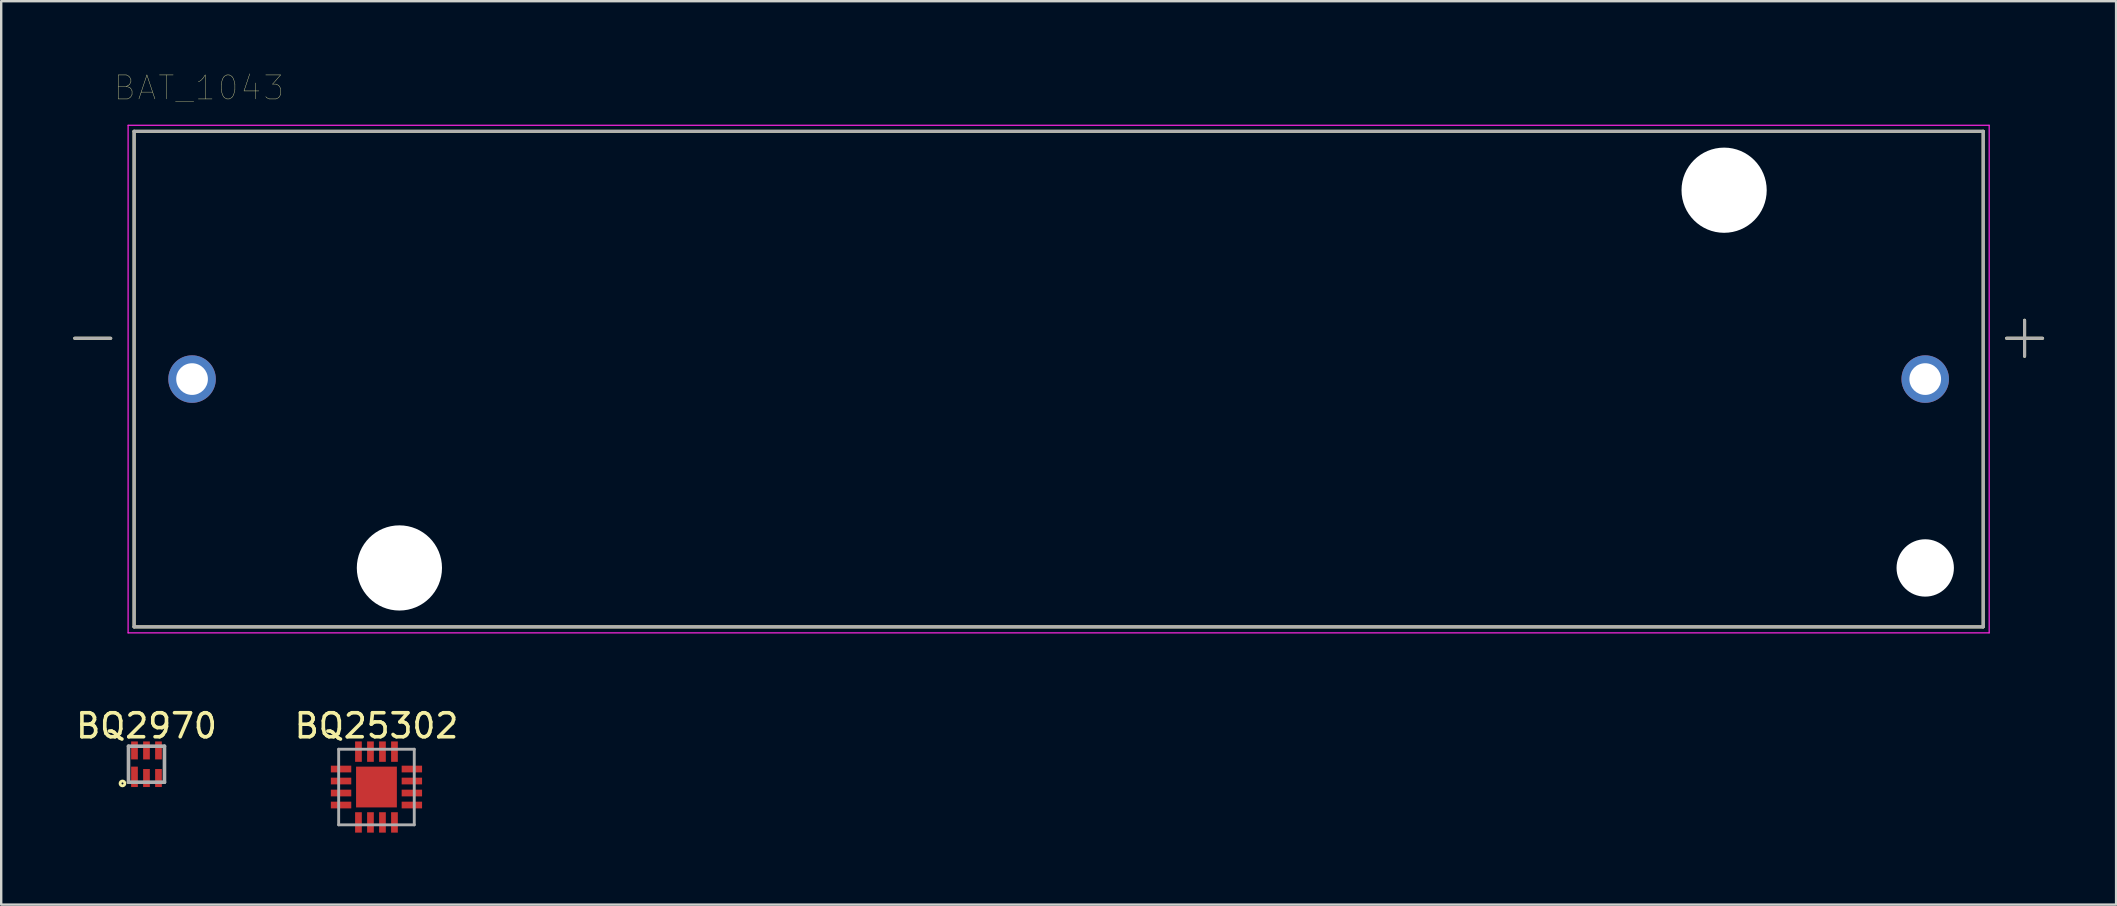
<source format=kicad_pcb>
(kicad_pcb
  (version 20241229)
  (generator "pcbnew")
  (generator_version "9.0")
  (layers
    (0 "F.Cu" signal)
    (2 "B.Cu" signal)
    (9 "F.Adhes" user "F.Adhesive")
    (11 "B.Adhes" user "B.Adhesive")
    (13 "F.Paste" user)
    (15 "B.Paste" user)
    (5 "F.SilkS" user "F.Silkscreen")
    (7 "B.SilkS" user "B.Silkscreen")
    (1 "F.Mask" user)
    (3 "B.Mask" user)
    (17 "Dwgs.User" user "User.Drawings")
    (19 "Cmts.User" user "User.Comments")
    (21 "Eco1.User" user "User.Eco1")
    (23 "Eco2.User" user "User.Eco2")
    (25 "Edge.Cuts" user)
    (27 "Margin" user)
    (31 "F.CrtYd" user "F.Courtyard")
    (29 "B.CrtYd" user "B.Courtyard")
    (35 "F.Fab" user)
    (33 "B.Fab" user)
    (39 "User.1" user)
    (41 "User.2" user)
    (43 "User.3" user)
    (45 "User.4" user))
  (footprint "BQ2970"
    (layer "F.Cu")
    (at 3.054 28.795)
    (property "Reference" "BQ2970" (at 0 -1.6 0) (layer "F.SilkS") (effects (font (size 1 1) (thickness 0.15))))
    (attr through_hole)
    (fp_line (start -0.75 -0.75) (end -0.75 0.75) (stroke (width 0.12) (type solid)) (layer "F.SilkS"))
    (fp_line (start 0.75 0.75) (end 0.75 -0.75) (stroke (width 0.12) (type solid)) (layer "F.SilkS"))
    (fp_circle (center -1 0.8) (end -1 0.7) (stroke (width 0.12) (type solid)) (fill no) (layer "F.SilkS"))
    (fp_line (start -0.75 -0.75) (end -0.75 0.75) (stroke (width 0.15) (type solid)) (layer "F.Fab"))
    (fp_line (start -0.75 0.75) (end 0.75 0.75) (stroke (width 0.15) (type solid)) (layer "F.Fab"))
    (fp_line (start 0.75 -0.75) (end -0.75 -0.75) (stroke (width 0.15) (type solid)) (layer "F.Fab"))
    (fp_line (start 0.75 0.75) (end 0.75 -0.75) (stroke (width 0.15) (type solid)) (layer "F.Fab"))
    (pad "1" smd rect (at -0.5 0.525) (size 0.28 0.85) (layers "F.Cu" "F.Mask" "F.Paste"))
    (pad "2" smd rect (at 0 0.575) (size 0.28 0.75) (layers "F.Cu" "F.Mask" "F.Paste"))
    (pad "3" smd rect (at 0.5 0.575) (size 0.28 0.75) (layers "F.Cu" "F.Mask" "F.Paste"))
    (pad "4" smd rect (at 0.5 -0.575) (size 0.28 0.75) (layers "F.Cu" "F.Mask" "F.Paste"))
    (pad "5" smd rect (at 0 -0.575) (size 0.28 0.75) (layers "F.Cu" "F.Mask" "F.Paste"))
    (pad "6" smd rect (at -0.5 -0.575) (size 0.28 0.75) (layers "F.Cu" "F.Mask" "F.Paste")))
  (footprint "BAT_1043"
    (layer "F.Cu")
    (at 41.063 12.746)
    (property "Reference" "BAT_1043" (at -35.825 -12.135 0) (layer "F.SilkS") (effects (font (size 1 1) (thickness 0.015))))
    (attr through_hole)
    (fp_line (start -39.5 -1.7) (end -41 -1.7) (stroke (width 0.127) (type solid)) (layer "F.SilkS"))
    (fp_line (start -38.525 -10.325) (end -38.525 10.325) (stroke (width 0.127) (type solid)) (layer "F.SilkS"))
    (fp_line (start -38.525 10.325) (end 38.525 10.325) (stroke (width 0.127) (type solid)) (layer "F.SilkS"))
    (fp_line (start 38.525 -10.325) (end -38.525 -10.325) (stroke (width 0.127) (type solid)) (layer "F.SilkS"))
    (fp_line (start 38.525 10.325) (end 38.525 -10.325) (stroke (width 0.127) (type solid)) (layer "F.SilkS"))
    (fp_line (start 39.5 -1.7) (end 41 -1.7) (stroke (width 0.127) (type solid)) (layer "F.SilkS"))
    (fp_line (start 40.25 -0.95) (end 40.25 -2.45) (stroke (width 0.127) (type solid)) (layer "F.SilkS"))
    (fp_line (start -38.775 -10.575) (end -38.775 10.575) (stroke (width 0.05) (type solid)) (layer "F.CrtYd"))
    (fp_line (start -38.775 10.575) (end 38.775 10.575) (stroke (width 0.05) (type solid)) (layer "F.CrtYd"))
    (fp_line (start 38.775 -10.575) (end -38.775 -10.575) (stroke (width 0.05) (type solid)) (layer "F.CrtYd"))
    (fp_line (start 38.775 10.575) (end 38.775 -10.575) (stroke (width 0.05) (type solid)) (layer "F.CrtYd"))
    (fp_line (start -39.5 -1.7) (end -41 -1.7) (stroke (width 0.127) (type solid)) (layer "F.Fab"))
    (fp_line (start -38.525 -10.325) (end -38.525 10.325) (stroke (width 0.127) (type solid)) (layer "F.Fab"))
    (fp_line (start -38.525 10.325) (end 38.525 10.325) (stroke (width 0.127) (type solid)) (layer "F.Fab"))
    (fp_line (start 38.525 -10.325) (end -38.525 -10.325) (stroke (width 0.127) (type solid)) (layer "F.Fab"))
    (fp_line (start 38.525 10.325) (end 38.525 -10.325) (stroke (width 0.127) (type solid)) (layer "F.Fab"))
    (fp_line (start 39.5 -1.7) (end 41 -1.7) (stroke (width 0.127) (type solid)) (layer "F.Fab"))
    (fp_line (start 40.25 -0.95) (end 40.25 -2.45) (stroke (width 0.127) (type solid)) (layer "F.Fab"))
    (pad "" np_thru_hole circle (at -27.47 7.87) (size 3.55 3.55) (drill 3.55) (layers "*.Cu" "*.Mask"))
    (pad "" np_thru_hole circle (at 27.73 -7.87) (size 3.55 3.55) (drill 3.55) (layers "*.Cu" "*.Mask"))
    (pad "" np_thru_hole circle (at 36.11 7.87) (size 2.39 2.39) (drill 2.39) (layers "*.Cu" "*.Mask"))
    (pad "1" thru_hole circle (at 36.11 0) (size 1.98 1.98) (drill 1.32) (layers "*.Cu" "*.Mask"))
    (pad "2" thru_hole circle (at -36.11 0) (size 1.98 1.98) (drill 1.32) (layers "*.Cu" "*.Mask")))
  (footprint "BQ25302"
    (layer "F.Cu")
    (at 12.637 29.745)
    (property "Reference" "BQ25302" (at 0 -2.55 0) (layer "F.SilkS") (effects (font (size 1 1) (thickness 0.15))))
    (attr through_hole)
    (fp_line (start -1.575 -1.575) (end 1.575 -1.575) (stroke (width 0.12) (type solid)) (layer "F.Fab"))
    (fp_line (start -1.575 1.575) (end -1.575 -1.575) (stroke (width 0.12) (type solid)) (layer "F.Fab"))
    (fp_line (start 1.575 -1.575) (end 1.575 1.575) (stroke (width 0.12) (type solid)) (layer "F.Fab"))
    (fp_line (start 1.575 1.575) (end -1.575 1.575) (stroke (width 0.12) (type solid)) (layer "F.Fab"))
    (pad "1" smd rect (at -1.475 -0.75) (size 0.85 0.28) (layers "F.Cu" "F.Mask" "F.Paste"))
    (pad "2" smd rect (at -1.475 -0.25) (size 0.85 0.28) (layers "F.Cu" "F.Mask" "F.Paste"))
    (pad "3" smd rect (at -1.475 0.25) (size 0.85 0.28) (layers "F.Cu" "F.Mask" "F.Paste"))
    (pad "4" smd rect (at -1.475 0.75) (size 0.85 0.28) (layers "F.Cu" "F.Mask" "F.Paste"))
    (pad "5" smd rect (at -0.75 1.475 270) (size 0.85 0.28) (layers "F.Cu" "F.Mask" "F.Paste"))
    (pad "6" smd rect (at -0.25 1.475 270) (size 0.85 0.28) (layers "F.Cu" "F.Mask" "F.Paste"))
    (pad "7" smd rect (at 0.25 1.475 270) (size 0.85 0.28) (layers "F.Cu" "F.Mask" "F.Paste"))
    (pad "8" smd rect (at 0.75 1.475 270) (size 0.85 0.28) (layers "F.Cu" "F.Mask" "F.Paste"))
    (pad "9" smd rect (at 1.475 0.75) (size 0.85 0.28) (layers "F.Cu" "F.Mask" "F.Paste"))
    (pad "10" smd rect (at 1.475 0.25) (size 0.85 0.28) (layers "F.Cu" "F.Mask" "F.Paste"))
    (pad "11" smd rect (at 1.475 -0.75) (size 0.85 0.28) (layers "F.Cu" "F.Mask" "F.Paste"))
    (pad "11" smd rect (at 1.475 -0.25) (size 0.85 0.28) (layers "F.Cu" "F.Mask" "F.Paste"))
    (pad "13" smd rect (at 0.25 -1.475 270) (size 0.85 0.28) (layers "F.Cu" "F.Mask" "F.Paste"))
    (pad "13" smd rect (at 0.75 -1.475 270) (size 0.85 0.28) (layers "F.Cu" "F.Mask" "F.Paste"))
    (pad "15" smd rect (at -0.25 -1.475 270) (size 0.85 0.28) (layers "F.Cu" "F.Mask" "F.Paste"))
    (pad "16" smd rect (at -0.75 -1.475 270) (size 0.85 0.28) (layers "F.Cu" "F.Mask" "F.Paste"))
    (pad "17" smd rect (at 0 0) (size 1.7 1.7) (layers "F.Cu" "F.Mask" "F.Paste")))
  (gr_rect
    (start -3 -3)
    (end 85.127 34.645)
    (stroke (width 0.1) (type default))
    (fill no)
    (layer "Edge.Cuts")))
</source>
